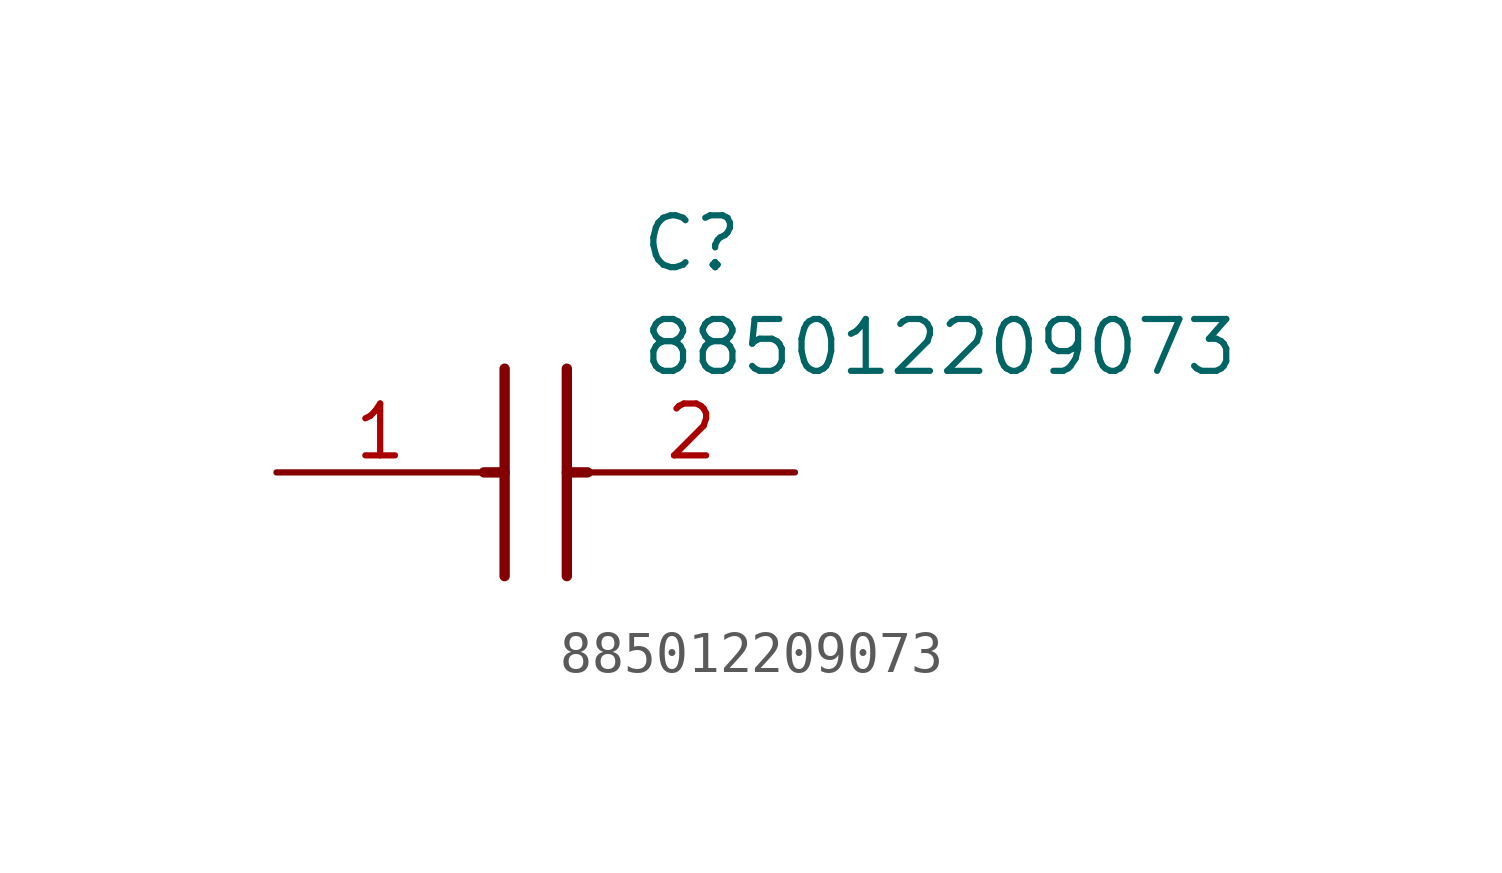
<source format=kicad_sym>
(kicad_symbol_lib
  (version 20211014)
  (generator SamacSys_ECAD_Model)
  (symbol "885012209073"
    (pin_names hide)
    (property "Reference" "C"
      (at 8.89 6.35 0)
      (effects (font (size 1.27 1.27)) (justify left top)))
    (property "Value" "885012209073"
      (at 8.89 3.81 0)
      (effects (font (size 1.27 1.27)) (justify left top)))
    (polyline
      (pts (xy 5.588 2.54) (xy 5.588 -2.54))
      (stroke (width 0.254) (type default))
      (fill (type none)))
    (polyline
      (pts (xy 7.112 2.54) (xy 7.112 -2.54))
      (stroke (width 0.254) (type default))
      (fill (type none)))
    (polyline
      (pts (xy 5.08 0) (xy 5.588 0))
      (stroke (width 0.254) (type default))
      (fill (type none)))
    (polyline
      (pts (xy 7.112 0) (xy 7.62 0))
      (stroke (width 0.254) (type default))
      (fill (type none)))
    (pin passive line
      (at 0 0 0)
      (length 5.08)
      (name "1" (effects (font (size 1.27 1.27))))
      (number "1" (effects (font (size 1.27 1.27)))))
    (pin passive line
      (at 12.7 0 180)
      (length 5.08)
      (name "2" (effects (font (size 1.27 1.27))))
      (number "2" (effects (font (size 1.27 1.27)))))))
</source>
